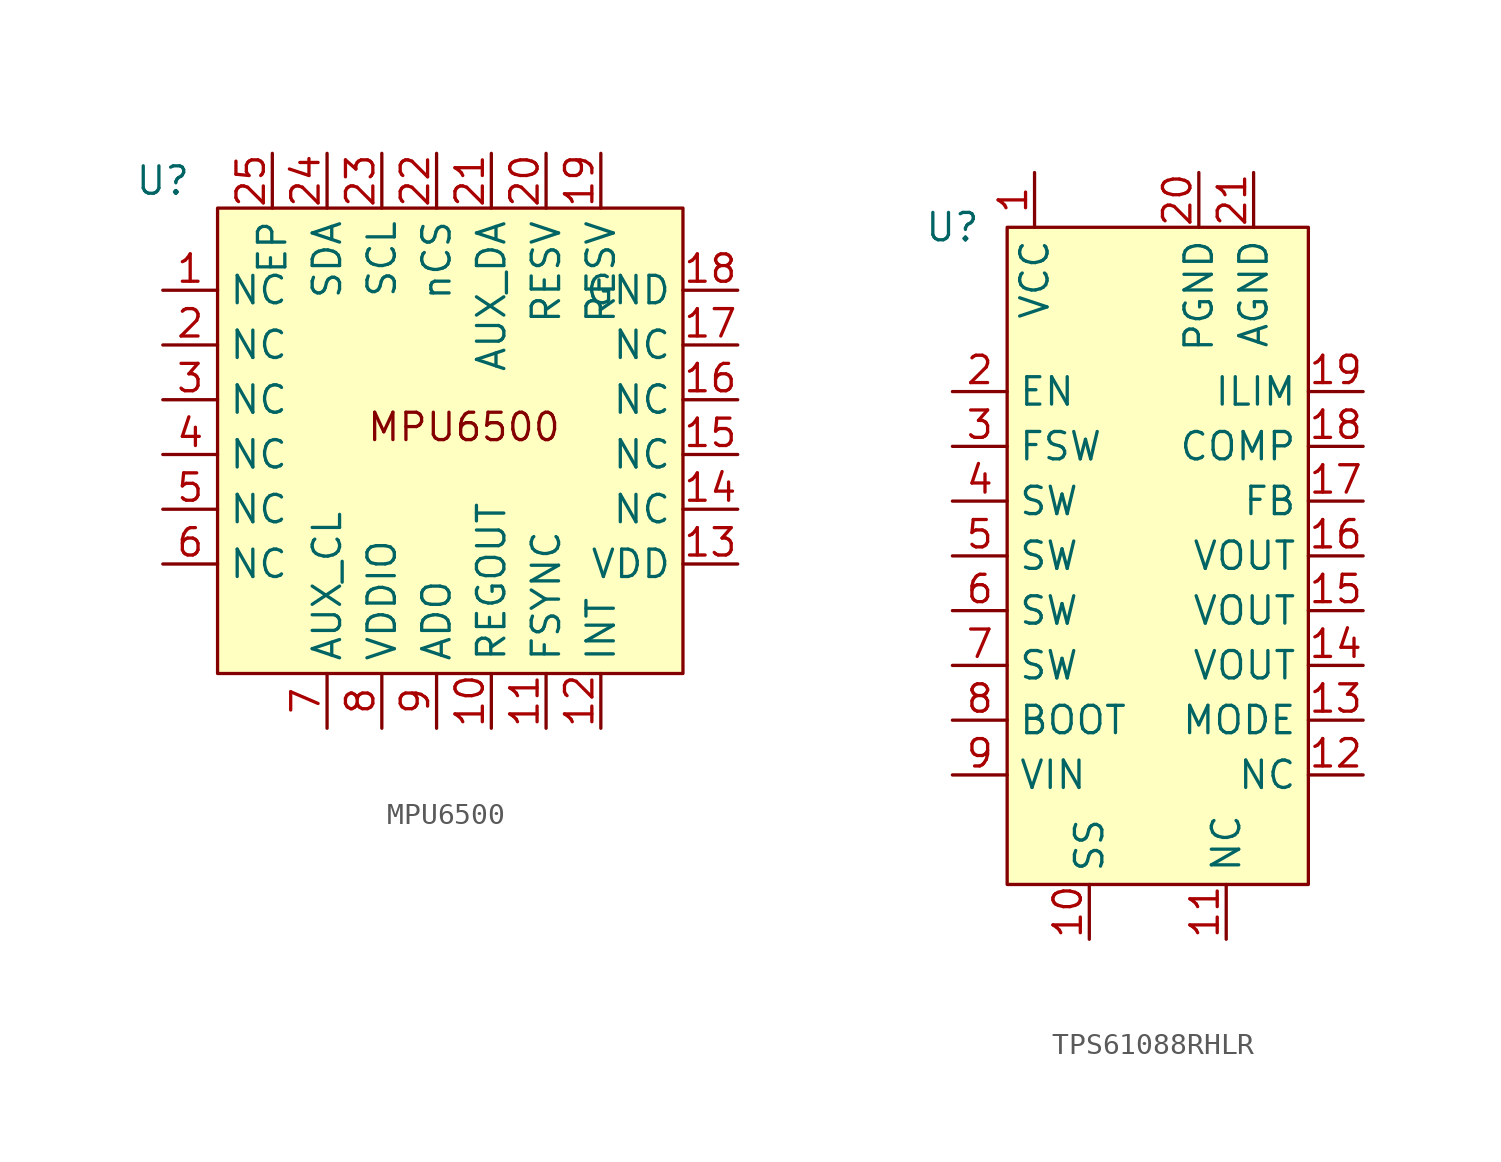
<source format=kicad_sym>
(kicad_symbol_lib
  (version 20241209)
  (generator "kicad_symbol_editor")
  (generator_version "9.0")
  (symbol "MPU6500"
    (property "Reference" "U"
      (at 0 0 0)
      (effects (font (size 1.27 1.27))))
    (property "Value" ""
      (at 0 0 0)
      (effects (font (size 1.27 1.27))))
    (symbol "MPU6500_0_1"
      (rectangle (start 2.54 -1.27) (end 24.13 -22.86) (stroke (width 0) (type default)) (fill (type color) (color 255 255 194 1))))
    (symbol "MPU6500_1_1"
      (text "MPU6500" (at 13.97 -11.43 0) (effects (font (size 1.27 1.27))))
      (pin input line (at 0 -5.08 0) (length 2.54) (name "NC" (effects (font (size 1.27 1.27)))) (number "1" (effects (font (size 1.27 1.27)))))
      (pin input line (at 0 -7.62 0) (length 2.54) (name "NC" (effects (font (size 1.27 1.27)))) (number "2" (effects (font (size 1.27 1.27)))))
      (pin input line (at 0 -10.16 0) (length 2.54) (name "NC" (effects (font (size 1.27 1.27)))) (number "3" (effects (font (size 1.27 1.27)))))
      (pin input line (at 0 -12.7 0) (length 2.54) (name "NC" (effects (font (size 1.27 1.27)))) (number "4" (effects (font (size 1.27 1.27)))))
      (pin input line (at 0 -15.24 0) (length 2.54) (name "NC" (effects (font (size 1.27 1.27)))) (number "5" (effects (font (size 1.27 1.27)))))
      (pin input line (at 0 -17.78 0) (length 2.54) (name "NC" (effects (font (size 1.27 1.27)))) (number "6" (effects (font (size 1.27 1.27)))))
      (pin input line (at 5.08 1.27 270) (length 2.54) (name "EP" (effects (font (size 1.27 1.27)))) (number "25" (effects (font (size 1.27 1.27)))))
      (pin input line (at 7.62 1.27 270) (length 2.54) (name "SDA" (effects (font (size 1.27 1.27)))) (number "24" (effects (font (size 1.27 1.27)))))
      (pin input line (at 7.62 -25.4 90) (length 2.54) (name "AUX_CL" (effects (font (size 1.27 1.27)))) (number "7" (effects (font (size 1.27 1.27)))))
      (pin input line (at 10.16 1.27 270) (length 2.54) (name "SCL" (effects (font (size 1.27 1.27)))) (number "23" (effects (font (size 1.27 1.27)))))
      (pin input line (at 10.16 -25.4 90) (length 2.54) (name "VDDIO" (effects (font (size 1.27 1.27)))) (number "8" (effects (font (size 1.27 1.27)))))
      (pin input line (at 12.7 1.27 270) (length 2.54) (name "nCS" (effects (font (size 1.27 1.27)))) (number "22" (effects (font (size 1.27 1.27)))))
      (pin input line (at 12.7 -25.4 90) (length 2.54) (name "ADO" (effects (font (size 1.27 1.27)))) (number "9" (effects (font (size 1.27 1.27)))))
      (pin input line (at 15.24 1.27 270) (length 2.54) (name "AUX_DA\n" (effects (font (size 1.27 1.27)))) (number "21" (effects (font (size 1.27 1.27)))))
      (pin input line (at 15.24 -25.4 90) (length 2.54) (name "REGOUT" (effects (font (size 1.27 1.27)))) (number "10" (effects (font (size 1.27 1.27)))))
      (pin input line (at 17.78 1.27 270) (length 2.54) (name "RESV" (effects (font (size 1.27 1.27)))) (number "20" (effects (font (size 1.27 1.27)))))
      (pin input line (at 17.78 -25.4 90) (length 2.54) (name "FSYNC" (effects (font (size 1.27 1.27)))) (number "11" (effects (font (size 1.27 1.27)))))
      (pin input line (at 20.32 1.27 270) (length 2.54) (name "RESV" (effects (font (size 1.27 1.27)))) (number "19" (effects (font (size 1.27 1.27)))))
      (pin input line (at 20.32 -25.4 90) (length 2.54) (name "INT" (effects (font (size 1.27 1.27)))) (number "12" (effects (font (size 1.27 1.27)))))
      (pin input line (at 26.67 -5.08 180) (length 2.54) (name "GND" (effects (font (size 1.27 1.27)))) (number "18" (effects (font (size 1.27 1.27)))))
      (pin input line (at 26.67 -7.62 180) (length 2.54) (name "NC" (effects (font (size 1.27 1.27)))) (number "17" (effects (font (size 1.27 1.27)))))
      (pin input line (at 26.67 -10.16 180) (length 2.54) (name "NC" (effects (font (size 1.27 1.27)))) (number "16" (effects (font (size 1.27 1.27)))))
      (pin input line (at 26.67 -12.7 180) (length 2.54) (name "NC" (effects (font (size 1.27 1.27)))) (number "15" (effects (font (size 1.27 1.27)))))
      (pin input line (at 26.67 -15.24 180) (length 2.54) (name "NC" (effects (font (size 1.27 1.27)))) (number "14" (effects (font (size 1.27 1.27)))))
      (pin input line (at 26.67 -17.78 180) (length 2.54) (name "VDD" (effects (font (size 1.27 1.27)))) (number "13" (effects (font (size 1.27 1.27)))))))
  (symbol "TPS61088RHLR"
    (property "Reference" "U"
      (at 0 0 0)
      (effects (font (size 1.27 1.27))))
    (property "Value" ""
      (at 0 0 0)
      (effects (font (size 1.27 1.27))))
    (symbol "TPS61088RHLR_0_1"
      (rectangle (start 2.54 0) (end 16.51 -30.48) (stroke (width 0) (type default)) (fill (type color) (color 255 255 194 1))))
    (symbol "TPS61088RHLR_1_1"
      (pin input line (at 0 -7.62 0) (length 2.54) (name "EN" (effects (font (size 1.27 1.27)))) (number "2" (effects (font (size 1.27 1.27)))))
      (pin input line (at 0 -10.16 0) (length 2.54) (name "FSW" (effects (font (size 1.27 1.27)))) (number "3" (effects (font (size 1.27 1.27)))))
      (pin input line (at 0 -12.7 0) (length 2.54) (name "SW" (effects (font (size 1.27 1.27)))) (number "4" (effects (font (size 1.27 1.27)))))
      (pin input line (at 0 -15.24 0) (length 2.54) (name "SW" (effects (font (size 1.27 1.27)))) (number "5" (effects (font (size 1.27 1.27)))))
      (pin input line (at 0 -17.78 0) (length 2.54) (name "SW" (effects (font (size 1.27 1.27)))) (number "6" (effects (font (size 1.27 1.27)))))
      (pin input line (at 0 -20.32 0) (length 2.54) (name "SW" (effects (font (size 1.27 1.27)))) (number "7" (effects (font (size 1.27 1.27)))))
      (pin input line (at 0 -22.86 0) (length 2.54) (name "BOOT" (effects (font (size 1.27 1.27)))) (number "8" (effects (font (size 1.27 1.27)))))
      (pin input line (at 0 -25.4 0) (length 2.54) (name "VIN" (effects (font (size 1.27 1.27)))) (number "9" (effects (font (size 1.27 1.27)))))
      (pin input line (at 3.81 2.54 270) (length 2.54) (name "VCC" (effects (font (size 1.27 1.27)))) (number "1" (effects (font (size 1.27 1.27)))))
      (pin input line (at 6.35 -33.02 90) (length 2.54) (name "SS" (effects (font (size 1.27 1.27)))) (number "10" (effects (font (size 1.27 1.27)))))
      (pin input line (at 11.43 2.54 270) (length 2.54) (name "PGND" (effects (font (size 1.27 1.27)))) (number "20" (effects (font (size 1.27 1.27)))))
      (pin input line (at 12.7 -33.02 90) (length 2.54) (name "NC" (effects (font (size 1.27 1.27)))) (number "11" (effects (font (size 1.27 1.27)))))
      (pin input line (at 13.97 2.54 270) (length 2.54) (name "AGND" (effects (font (size 1.27 1.27)))) (number "21" (effects (font (size 1.27 1.27)))))
      (pin input line (at 19.05 -7.62 180) (length 2.54) (name "ILIM" (effects (font (size 1.27 1.27)))) (number "19" (effects (font (size 1.27 1.27)))))
      (pin input line (at 19.05 -10.16 180) (length 2.54) (name "COMP" (effects (font (size 1.27 1.27)))) (number "18" (effects (font (size 1.27 1.27)))))
      (pin input line (at 19.05 -12.7 180) (length 2.54) (name "FB" (effects (font (size 1.27 1.27)))) (number "17" (effects (font (size 1.27 1.27)))))
      (pin input line (at 19.05 -15.24 180) (length 2.54) (name "VOUT" (effects (font (size 1.27 1.27)))) (number "16" (effects (font (size 1.27 1.27)))))
      (pin input line (at 19.05 -17.78 180) (length 2.54) (name "VOUT" (effects (font (size 1.27 1.27)))) (number "15" (effects (font (size 1.27 1.27)))))
      (pin input line (at 19.05 -20.32 180) (length 2.54) (name "VOUT" (effects (font (size 1.27 1.27)))) (number "14" (effects (font (size 1.27 1.27)))))
      (pin input line (at 19.05 -22.86 180) (length 2.54) (name "MODE" (effects (font (size 1.27 1.27)))) (number "13" (effects (font (size 1.27 1.27)))))
      (pin input line (at 19.05 -25.4 180) (length 2.54) (name "NC" (effects (font (size 1.27 1.27)))) (number "12" (effects (font (size 1.27 1.27))))))))
</source>
